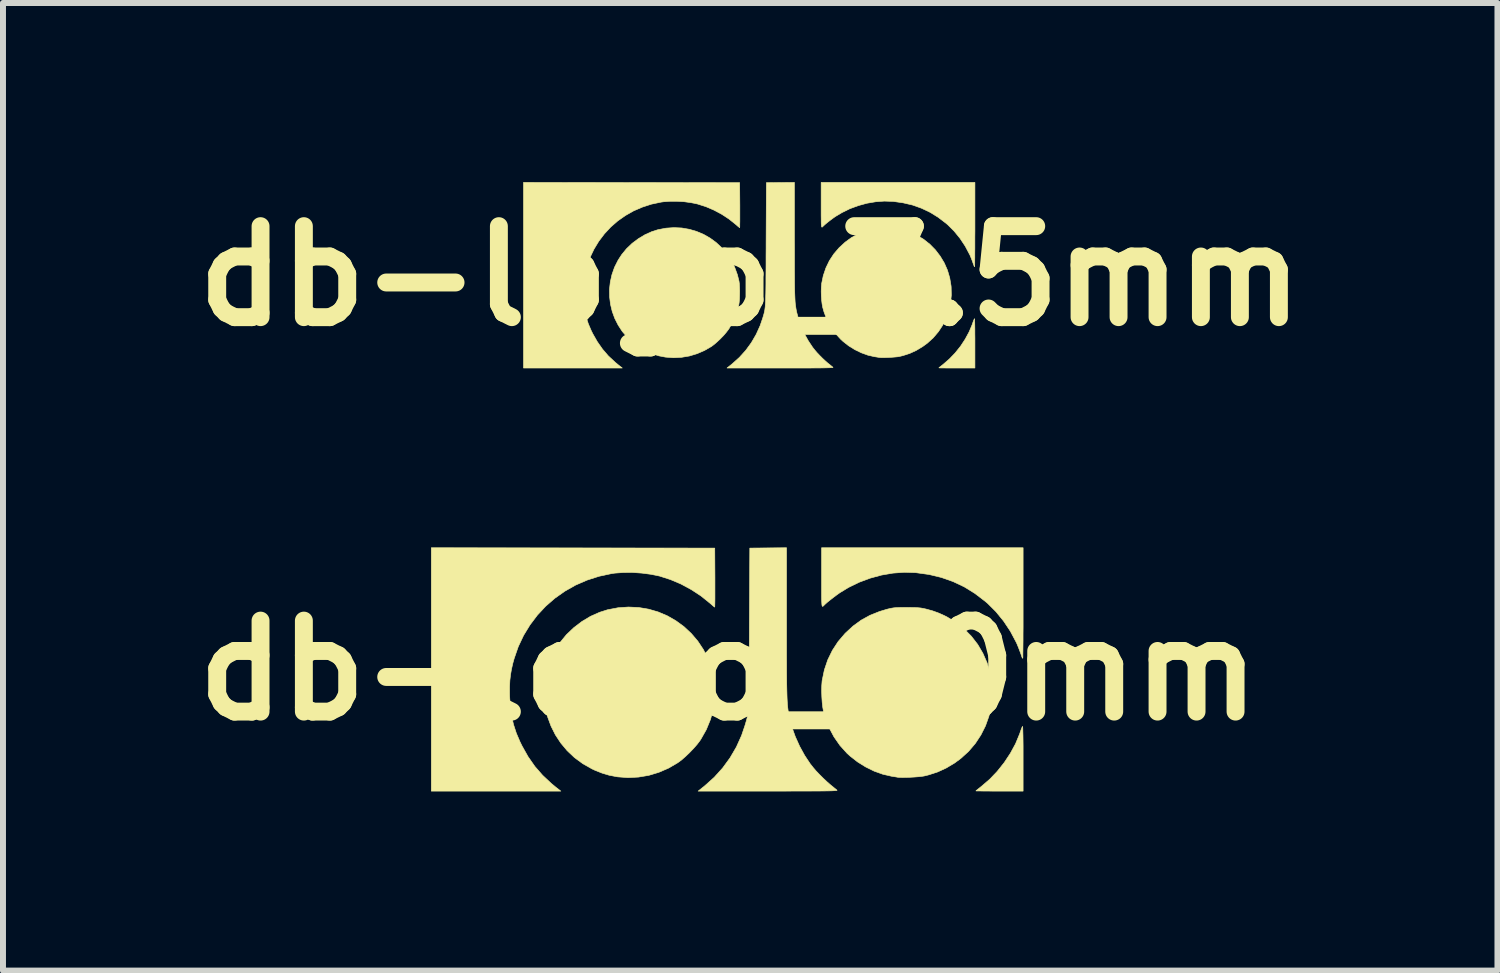
<source format=kicad_pcb>
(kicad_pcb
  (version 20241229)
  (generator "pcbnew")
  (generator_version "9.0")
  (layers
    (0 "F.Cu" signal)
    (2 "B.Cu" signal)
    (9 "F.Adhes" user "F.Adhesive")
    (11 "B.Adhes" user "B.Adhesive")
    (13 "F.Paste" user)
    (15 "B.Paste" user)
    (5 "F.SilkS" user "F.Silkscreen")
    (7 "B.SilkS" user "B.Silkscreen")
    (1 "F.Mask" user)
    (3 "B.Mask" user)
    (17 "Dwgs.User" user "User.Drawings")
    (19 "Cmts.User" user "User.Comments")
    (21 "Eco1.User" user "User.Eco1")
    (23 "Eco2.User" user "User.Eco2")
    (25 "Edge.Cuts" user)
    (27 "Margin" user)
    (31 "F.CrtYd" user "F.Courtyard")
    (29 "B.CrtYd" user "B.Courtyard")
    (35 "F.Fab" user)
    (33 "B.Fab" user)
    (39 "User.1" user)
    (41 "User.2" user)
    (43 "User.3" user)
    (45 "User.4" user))
  (footprint "db-logo_7.5mm"
    (layer "F.Cu")
    (at 9.514 1.572)
    (property "Reference" "db-logo_7.5mm" (at 0 0 0) (layer "F.SilkS") (effects (font (size 1.524 1.524) (thickness 0.3))))
    (attr through_hole)
    (fp_poly (pts (xy 3.757 0.723) (xy 3.759 0.747) (xy 3.76 0.785) (xy 3.761 0.835) (xy 3.762 0.895) (xy 3.762 0.965) (xy 3.763 1.041) (xy 3.763 1.124) (xy 3.763 1.541) (xy 3.461 1.541) (xy 3.391 1.541) (xy 3.327 1.541) (xy 3.27 1.541) (xy 3.223 1.54) (xy 3.188 1.54) (xy 3.166 1.539) (xy 3.16 1.538) (xy 3.166 1.532) (xy 3.183 1.518) (xy 3.209 1.498) (xy 3.23 1.481) (xy 3.334 1.391) (xy 3.432 1.289) (xy 3.522 1.177) (xy 3.6 1.058) (xy 3.666 0.936) (xy 3.718 0.812) (xy 3.725 0.79) (xy 3.737 0.757) (xy 3.747 0.732) (xy 3.754 0.717) (xy 3.756 0.715) (xy 3.757 0.723)) (stroke (width 0.01) (type solid)) (fill yes) (layer "F.SilkS"))
    (fp_poly (pts (xy -1.987 -1.565) (xy -0.177 -1.563) (xy -0.174 -1.186) (xy -0.174 -1.107) (xy -0.174 -1.034) (xy -0.174 -0.968) (xy -0.174 -0.912) (xy -0.175 -0.866) (xy -0.175 -0.832) (xy -0.176 -0.813) (xy -0.177 -0.809) (xy -0.185 -0.815) (xy -0.203 -0.829) (xy -0.227 -0.85) (xy -0.242 -0.863) (xy -0.353 -0.952) (xy -0.476 -1.033) (xy -0.607 -1.103) (xy -0.742 -1.161) (xy -0.878 -1.204) (xy -0.883 -1.206) (xy -0.991 -1.228) (xy -1.107 -1.244) (xy -1.226 -1.251) (xy -1.343 -1.251) (xy -1.452 -1.243) (xy -1.494 -1.237) (xy -1.655 -1.203) (xy -1.808 -1.153) (xy -1.954 -1.09) (xy -2.091 -1.012) (xy -2.219 -0.922) (xy -2.336 -0.82) (xy -2.442 -0.706) (xy -2.536 -0.582) (xy -2.617 -0.448) (xy -2.685 -0.305) (xy -2.738 -0.153) (xy -2.755 -0.094) (xy -2.772 -0.017) (xy -2.785 0.055) (xy -2.793 0.126) (xy -2.797 0.202) (xy -2.797 0.288) (xy -2.796 0.329) (xy -2.788 0.46) (xy -2.772 0.579) (xy -2.747 0.692) (xy -2.711 0.802) (xy -2.663 0.914) (xy -2.637 0.967) (xy -2.56 1.102) (xy -2.474 1.225) (xy -2.376 1.339) (xy -2.263 1.444) (xy -2.21 1.488) (xy -2.143 1.541) (xy -3.797 1.541) (xy -3.797 -1.567) (xy -1.987 -1.565)) (stroke (width 0.01) (type solid)) (fill yes) (layer "F.SilkS"))
    (fp_poly (pts (xy 3.763 -0.861) (xy 3.763 -0.752) (xy 3.762 -0.649) (xy 3.762 -0.552) (xy 3.762 -0.462) (xy 3.761 -0.382) (xy 3.761 -0.311) (xy 3.76 -0.252) (xy 3.76 -0.206) (xy 3.759 -0.174) (xy 3.758 -0.157) (xy 3.758 -0.155) (xy 3.751 -0.162) (xy 3.75 -0.166) (xy 3.729 -0.223) (xy 3.713 -0.268) (xy 3.699 -0.303) (xy 3.687 -0.333) (xy 3.675 -0.36) (xy 3.674 -0.361) (xy 3.6 -0.5) (xy 3.513 -0.631) (xy 3.415 -0.751) (xy 3.308 -0.858) (xy 3.276 -0.885) (xy 3.146 -0.984) (xy 3.011 -1.067) (xy 2.868 -1.135) (xy 2.719 -1.188) (xy 2.561 -1.225) (xy 2.395 -1.249) (xy 2.388 -1.249) (xy 2.246 -1.254) (xy 2.1 -1.243) (xy 1.953 -1.218) (xy 1.808 -1.178) (xy 1.667 -1.126) (xy 1.533 -1.06) (xy 1.423 -0.994) (xy 1.384 -0.966) (xy 1.341 -0.934) (xy 1.299 -0.901) (xy 1.262 -0.871) (xy 1.233 -0.845) (xy 1.223 -0.835) (xy 1.214 -0.827) (xy 1.208 -0.82) (xy 1.202 -0.818) (xy 1.198 -0.82) (xy 1.195 -0.828) (xy 1.192 -0.844) (xy 1.19 -0.87) (xy 1.189 -0.905) (xy 1.189 -0.952) (xy 1.188 -1.012) (xy 1.188 -1.086) (xy 1.188 -1.177) (xy 1.188 -1.187) (xy 1.188 -1.567) (xy 3.763 -1.567) (xy 3.763 -0.861)) (stroke (width 0.01) (type solid)) (fill yes) (layer "F.SilkS"))
    (fp_poly (pts (xy -1.147 -0.804) (xy -1.02 -0.782) (xy -0.898 -0.746) (xy -0.781 -0.697) (xy -0.671 -0.634) (xy -0.569 -0.559) (xy -0.476 -0.472) (xy -0.393 -0.374) (xy -0.321 -0.266) (xy -0.261 -0.148) (xy -0.215 -0.022) (xy -0.188 0.086) (xy -0.182 0.131) (xy -0.179 0.187) (xy -0.177 0.251) (xy -0.178 0.318) (xy -0.18 0.383) (xy -0.185 0.441) (xy -0.192 0.488) (xy -0.193 0.491) (xy -0.231 0.627) (xy -0.284 0.756) (xy -0.353 0.878) (xy -0.364 0.895) (xy -0.4 0.942) (xy -0.445 0.995) (xy -0.497 1.049) (xy -0.551 1.1) (xy -0.603 1.145) (xy -0.649 1.18) (xy -0.767 1.248) (xy -0.89 1.301) (xy -1.019 1.34) (xy -1.151 1.362) (xy -1.284 1.369) (xy -1.416 1.359) (xy -1.434 1.356) (xy -1.528 1.338) (xy -1.616 1.311) (xy -1.706 1.275) (xy -1.744 1.257) (xy -1.861 1.191) (xy -1.967 1.113) (xy -2.061 1.025) (xy -2.143 0.928) (xy -2.212 0.822) (xy -2.268 0.711) (xy -2.311 0.594) (xy -2.34 0.473) (xy -2.355 0.349) (xy -2.357 0.224) (xy -2.343 0.099) (xy -2.315 -0.025) (xy -2.272 -0.147) (xy -2.213 -0.264) (xy -2.153 -0.357) (xy -2.072 -0.456) (xy -1.978 -0.546) (xy -1.874 -0.624) (xy -1.763 -0.691) (xy -1.647 -0.743) (xy -1.546 -0.775) (xy -1.411 -0.801) (xy -1.278 -0.81) (xy -1.147 -0.804)) (stroke (width 0.01) (type solid)) (fill yes) (layer "F.SilkS"))
    (fp_poly (pts (xy 2.338 -0.804) (xy 2.386 -0.803) (xy 2.424 -0.801) (xy 2.455 -0.798) (xy 2.485 -0.793) (xy 2.516 -0.786) (xy 2.523 -0.784) (xy 2.606 -0.761) (xy 2.68 -0.735) (xy 2.754 -0.702) (xy 2.791 -0.683) (xy 2.906 -0.613) (xy 3.01 -0.53) (xy 3.102 -0.436) (xy 3.182 -0.331) (xy 3.25 -0.218) (xy 3.303 -0.097) (xy 3.341 0.031) (xy 3.363 0.163) (xy 3.365 0.185) (xy 3.368 0.321) (xy 3.355 0.454) (xy 3.326 0.583) (xy 3.282 0.707) (xy 3.223 0.825) (xy 3.151 0.934) (xy 3.065 1.035) (xy 2.966 1.125) (xy 2.888 1.182) (xy 2.78 1.247) (xy 2.671 1.297) (xy 2.556 1.334) (xy 2.497 1.348) (xy 2.467 1.353) (xy 2.424 1.357) (xy 2.375 1.361) (xy 2.322 1.364) (xy 2.27 1.366) (xy 2.222 1.367) (xy 2.184 1.366) (xy 2.161 1.364) (xy 2.142 1.361) (xy 2.112 1.356) (xy 2.079 1.351) (xy 1.97 1.326) (xy 1.86 1.286) (xy 1.751 1.233) (xy 1.648 1.169) (xy 1.554 1.095) (xy 1.515 1.059) (xy 1.423 0.958) (xy 1.346 0.848) (xy 1.283 0.729) (xy 1.235 0.6) (xy 1.214 0.525) (xy 1.204 0.471) (xy 1.196 0.405) (xy 1.191 0.333) (xy 1.189 0.26) (xy 1.191 0.192) (xy 1.196 0.134) (xy 1.196 0.128) (xy 1.224 -0.007) (xy 1.268 -0.136) (xy 1.326 -0.256) (xy 1.4 -0.369) (xy 1.488 -0.472) (xy 1.492 -0.476) (xy 1.59 -0.566) (xy 1.694 -0.642) (xy 1.806 -0.704) (xy 1.928 -0.753) (xy 2.021 -0.781) (xy 2.056 -0.789) (xy 2.085 -0.795) (xy 2.113 -0.8) (xy 2.144 -0.802) (xy 2.182 -0.804) (xy 2.23 -0.804) (xy 2.277 -0.804) (xy 2.338 -0.804)) (stroke (width 0.01) (type solid)) (fill yes) (layer "F.SilkS"))
    (fp_poly (pts (xy 0.74 -0.617) (xy 0.741 -0.46) (xy 0.741 -0.319) (xy 0.741 -0.194) (xy 0.741 -0.082) (xy 0.742 0.016) (xy 0.742 0.103) (xy 0.743 0.179) (xy 0.744 0.245) (xy 0.746 0.303) (xy 0.748 0.352) (xy 0.75 0.396) (xy 0.752 0.433) (xy 0.755 0.467) (xy 0.759 0.496) (xy 0.763 0.524) (xy 0.767 0.55) (xy 0.772 0.577) (xy 0.776 0.598) (xy 0.808 0.721) (xy 0.853 0.846) (xy 0.908 0.969) (xy 0.973 1.086) (xy 1.044 1.193) (xy 1.081 1.24) (xy 1.116 1.281) (xy 1.16 1.328) (xy 1.208 1.376) (xy 1.256 1.421) (xy 1.299 1.459) (xy 1.313 1.47) (xy 1.342 1.493) (xy 1.366 1.513) (xy 1.383 1.527) (xy 1.386 1.53) (xy 1.386 1.532) (xy 1.379 1.533) (xy 1.367 1.535) (xy 1.347 1.536) (xy 1.318 1.537) (xy 1.281 1.538) (xy 1.233 1.539) (xy 1.174 1.54) (xy 1.104 1.54) (xy 1.021 1.541) (xy 0.924 1.541) (xy 0.813 1.541) (xy 0.687 1.541) (xy 0.545 1.541) (xy 0.505 1.541) (xy -0.388 1.541) (xy -0.302 1.472) (xy -0.183 1.365) (xy -0.075 1.246) (xy 0.019 1.117) (xy 0.1 0.978) (xy 0.166 0.832) (xy 0.207 0.712) (xy 0.215 0.686) (xy 0.222 0.662) (xy 0.229 0.639) (xy 0.234 0.618) (xy 0.239 0.596) (xy 0.244 0.573) (xy 0.247 0.547) (xy 0.251 0.518) (xy 0.253 0.484) (xy 0.256 0.445) (xy 0.258 0.4) (xy 0.259 0.347) (xy 0.261 0.285) (xy 0.262 0.214) (xy 0.263 0.132) (xy 0.263 0.038) (xy 0.264 -0.068) (xy 0.265 -0.189) (xy 0.265 -0.323) (xy 0.266 -0.474) (xy 0.266 -0.538) (xy 0.271 -1.563) (xy 0.74 -1.567) (xy 0.74 -0.617)) (stroke (width 0.01) (type solid)) (fill yes) (layer "F.SilkS")))
  (footprint "db-logo_10mm"
    (layer "F.Cu")
    (at 9.151 8.178)
    (property "Reference" "db-logo_10mm" (at 0 0 0) (layer "F.SilkS") (effects (font (size 1.524 1.524) (thickness 0.3))))
    (attr through_hole)
    (fp_poly (pts (xy 4.926 0.948) (xy 4.928 0.979) (xy 4.929 1.029) (xy 4.931 1.094) (xy 4.932 1.174) (xy 4.933 1.265) (xy 4.933 1.365) (xy 4.933 1.473) (xy 4.933 1.479) (xy 4.933 2.021) (xy 4.538 2.021) (xy 4.446 2.021) (xy 4.362 2.02) (xy 4.288 2.02) (xy 4.226 2.019) (xy 4.18 2.018) (xy 4.151 2.018) (xy 4.143 2.017) (xy 4.151 2.009) (xy 4.174 1.99) (xy 4.207 1.964) (xy 4.234 1.942) (xy 4.372 1.824) (xy 4.5 1.69) (xy 4.617 1.543) (xy 4.72 1.387) (xy 4.807 1.227) (xy 4.874 1.065) (xy 4.884 1.036) (xy 4.899 0.993) (xy 4.912 0.959) (xy 4.922 0.94) (xy 4.925 0.937) (xy 4.926 0.948)) (stroke (width 0.01) (type solid)) (fill yes) (layer "F.SilkS"))
    (fp_poly (pts (xy -2.605 -2.052) (xy -0.231 -2.049) (xy -0.228 -1.555) (xy -0.228 -1.452) (xy -0.228 -1.356) (xy -0.228 -1.27) (xy -0.228 -1.195) (xy -0.229 -1.135) (xy -0.23 -1.091) (xy -0.231 -1.066) (xy -0.232 -1.061) (xy -0.243 -1.068) (xy -0.266 -1.087) (xy -0.298 -1.115) (xy -0.317 -1.131) (xy -0.462 -1.248) (xy -0.624 -1.354) (xy -0.796 -1.447) (xy -0.973 -1.522) (xy -1.151 -1.579) (xy -1.157 -1.581) (xy -1.299 -1.61) (xy -1.451 -1.63) (xy -1.608 -1.641) (xy -1.761 -1.64) (xy -1.904 -1.63) (xy -1.959 -1.622) (xy -2.169 -1.577) (xy -2.371 -1.512) (xy -2.562 -1.429) (xy -2.742 -1.327) (xy -2.909 -1.209) (xy -3.063 -1.075) (xy -3.202 -0.926) (xy -3.325 -0.763) (xy -3.432 -0.588) (xy -3.521 -0.4) (xy -3.59 -0.201) (xy -3.612 -0.123) (xy -3.635 -0.022) (xy -3.651 0.071) (xy -3.662 0.165) (xy -3.667 0.265) (xy -3.667 0.378) (xy -3.666 0.432) (xy -3.656 0.603) (xy -3.635 0.759) (xy -3.601 0.907) (xy -3.554 1.051) (xy -3.491 1.198) (xy -3.457 1.267) (xy -3.357 1.445) (xy -3.244 1.607) (xy -3.115 1.755) (xy -2.968 1.893) (xy -2.898 1.951) (xy -2.809 2.021) (xy -4.978 2.021) (xy -4.978 -2.055) (xy -2.605 -2.052)) (stroke (width 0.01) (type solid)) (fill yes) (layer "F.SilkS"))
    (fp_poly (pts (xy 4.933 -1.129) (xy 4.933 -0.987) (xy 4.933 -0.851) (xy 4.933 -0.723) (xy 4.932 -0.606) (xy 4.932 -0.501) (xy 4.931 -0.408) (xy 4.93 -0.331) (xy 4.929 -0.271) (xy 4.929 -0.228) (xy 4.928 -0.206) (xy 4.927 -0.203) (xy 4.919 -0.212) (xy 4.916 -0.217) (xy 4.89 -0.293) (xy 4.868 -0.351) (xy 4.85 -0.397) (xy 4.834 -0.436) (xy 4.818 -0.472) (xy 4.817 -0.473) (xy 4.72 -0.656) (xy 4.606 -0.827) (xy 4.478 -0.984) (xy 4.337 -1.125) (xy 4.295 -1.16) (xy 4.125 -1.29) (xy 3.947 -1.4) (xy 3.761 -1.488) (xy 3.565 -1.557) (xy 3.358 -1.607) (xy 3.14 -1.637) (xy 3.131 -1.638) (xy 2.945 -1.644) (xy 2.753 -1.63) (xy 2.561 -1.597) (xy 2.37 -1.545) (xy 2.185 -1.476) (xy 2.009 -1.39) (xy 1.866 -1.303) (xy 1.815 -1.267) (xy 1.759 -1.225) (xy 1.704 -1.182) (xy 1.654 -1.142) (xy 1.616 -1.108) (xy 1.603 -1.095) (xy 1.592 -1.084) (xy 1.583 -1.076) (xy 1.576 -1.072) (xy 1.571 -1.075) (xy 1.566 -1.086) (xy 1.563 -1.107) (xy 1.561 -1.14) (xy 1.559 -1.186) (xy 1.558 -1.248) (xy 1.558 -1.327) (xy 1.558 -1.424) (xy 1.558 -1.543) (xy 1.558 -2.055) (xy 4.933 -2.055) (xy 4.933 -1.129)) (stroke (width 0.01) (type solid)) (fill yes) (layer "F.SilkS"))
    (fp_poly (pts (xy -1.504 -1.054) (xy -1.338 -1.026) (xy -1.177 -0.979) (xy -1.024 -0.914) (xy -0.88 -0.831) (xy -0.746 -0.733) (xy -0.624 -0.619) (xy -0.515 -0.491) (xy -0.421 -0.349) (xy -0.343 -0.194) (xy -0.282 -0.028) (xy -0.247 0.113) (xy -0.239 0.171) (xy -0.234 0.245) (xy -0.232 0.33) (xy -0.233 0.417) (xy -0.237 0.502) (xy -0.243 0.578) (xy -0.252 0.639) (xy -0.253 0.643) (xy -0.303 0.822) (xy -0.373 0.992) (xy -0.463 1.151) (xy -0.478 1.174) (xy -0.524 1.235) (xy -0.584 1.304) (xy -0.652 1.375) (xy -0.722 1.442) (xy -0.791 1.502) (xy -0.851 1.546) (xy -1.005 1.636) (xy -1.167 1.706) (xy -1.336 1.757) (xy -1.509 1.786) (xy -1.683 1.795) (xy -1.857 1.782) (xy -1.88 1.778) (xy -2.003 1.754) (xy -2.119 1.719) (xy -2.237 1.672) (xy -2.286 1.649) (xy -2.44 1.562) (xy -2.579 1.46) (xy -2.702 1.344) (xy -2.809 1.216) (xy -2.9 1.078) (xy -2.973 0.932) (xy -3.03 0.778) (xy -3.068 0.62) (xy -3.088 0.458) (xy -3.09 0.294) (xy -3.072 0.13) (xy -3.035 -0.033) (xy -2.978 -0.192) (xy -2.901 -0.347) (xy -2.822 -0.468) (xy -2.716 -0.598) (xy -2.593 -0.715) (xy -2.457 -0.819) (xy -2.312 -0.906) (xy -2.159 -0.974) (xy -2.027 -1.016) (xy -1.85 -1.05) (xy -1.676 -1.062) (xy -1.504 -1.054)) (stroke (width 0.01) (type solid)) (fill yes) (layer "F.SilkS"))
    (fp_poly (pts (xy 3.066 -1.054) (xy 3.128 -1.053) (xy 3.178 -1.05) (xy 3.219 -1.046) (xy 3.258 -1.039) (xy 3.299 -1.03) (xy 3.308 -1.028) (xy 3.417 -0.998) (xy 3.514 -0.963) (xy 3.611 -0.92) (xy 3.66 -0.895) (xy 3.81 -0.804) (xy 3.946 -0.695) (xy 4.067 -0.572) (xy 4.173 -0.435) (xy 4.26 -0.286) (xy 4.33 -0.127) (xy 4.38 0.04) (xy 4.409 0.214) (xy 4.412 0.243) (xy 4.416 0.421) (xy 4.399 0.595) (xy 4.361 0.765) (xy 4.303 0.928) (xy 4.226 1.081) (xy 4.131 1.225) (xy 4.018 1.357) (xy 3.889 1.474) (xy 3.786 1.55) (xy 3.645 1.634) (xy 3.502 1.7) (xy 3.351 1.749) (xy 3.274 1.768) (xy 3.234 1.774) (xy 3.179 1.78) (xy 3.114 1.785) (xy 3.044 1.789) (xy 2.976 1.791) (xy 2.914 1.792) (xy 2.864 1.791) (xy 2.834 1.789) (xy 2.808 1.784) (xy 2.769 1.778) (xy 2.726 1.771) (xy 2.583 1.738) (xy 2.438 1.686) (xy 2.296 1.616) (xy 2.161 1.532) (xy 2.037 1.435) (xy 1.986 1.389) (xy 1.866 1.256) (xy 1.765 1.111) (xy 1.682 0.955) (xy 1.619 0.786) (xy 1.591 0.689) (xy 1.578 0.618) (xy 1.568 0.531) (xy 1.562 0.437) (xy 1.559 0.341) (xy 1.561 0.252) (xy 1.567 0.175) (xy 1.568 0.168) (xy 1.605 -0.01) (xy 1.662 -0.178) (xy 1.739 -0.336) (xy 1.835 -0.483) (xy 1.951 -0.619) (xy 1.956 -0.624) (xy 2.085 -0.743) (xy 2.221 -0.842) (xy 2.368 -0.923) (xy 2.528 -0.987) (xy 2.65 -1.024) (xy 2.695 -1.035) (xy 2.733 -1.043) (xy 2.771 -1.049) (xy 2.811 -1.052) (xy 2.861 -1.054) (xy 2.924 -1.055) (xy 2.986 -1.055) (xy 3.066 -1.054)) (stroke (width 0.01) (type solid)) (fill yes) (layer "F.SilkS"))
    (fp_poly (pts (xy 0.971 -0.809) (xy 0.971 -0.603) (xy 0.971 -0.419) (xy 0.971 -0.254) (xy 0.972 -0.108) (xy 0.972 0.022) (xy 0.973 0.135) (xy 0.974 0.235) (xy 0.976 0.321) (xy 0.978 0.397) (xy 0.98 0.462) (xy 0.983 0.519) (xy 0.986 0.568) (xy 0.99 0.612) (xy 0.995 0.651) (xy 1 0.687) (xy 1.006 0.722) (xy 1.012 0.756) (xy 1.018 0.784) (xy 1.059 0.945) (xy 1.118 1.109) (xy 1.191 1.271) (xy 1.275 1.424) (xy 1.368 1.564) (xy 1.417 1.626) (xy 1.463 1.68) (xy 1.521 1.741) (xy 1.584 1.804) (xy 1.647 1.863) (xy 1.704 1.913) (xy 1.722 1.928) (xy 1.759 1.958) (xy 1.791 1.984) (xy 1.813 2.002) (xy 1.817 2.006) (xy 1.817 2.008) (xy 1.809 2.011) (xy 1.792 2.012) (xy 1.766 2.014) (xy 1.728 2.016) (xy 1.679 2.017) (xy 1.616 2.018) (xy 1.54 2.019) (xy 1.447 2.019) (xy 1.338 2.02) (xy 1.212 2.02) (xy 1.066 2.02) (xy 0.901 2.021) (xy 0.714 2.021) (xy 0.662 2.021) (xy -0.509 2.021) (xy -0.396 1.93) (xy -0.24 1.79) (xy -0.099 1.634) (xy 0.025 1.464) (xy 0.131 1.283) (xy 0.218 1.09) (xy 0.271 0.934) (xy 0.282 0.899) (xy 0.291 0.867) (xy 0.3 0.838) (xy 0.307 0.81) (xy 0.314 0.781) (xy 0.319 0.751) (xy 0.324 0.717) (xy 0.329 0.679) (xy 0.332 0.635) (xy 0.335 0.584) (xy 0.338 0.524) (xy 0.34 0.454) (xy 0.342 0.373) (xy 0.343 0.28) (xy 0.344 0.172) (xy 0.345 0.05) (xy 0.346 -0.09) (xy 0.347 -0.247) (xy 0.348 -0.424) (xy 0.349 -0.621) (xy 0.349 -0.706) (xy 0.356 -2.049) (xy 0.971 -2.055) (xy 0.971 -0.809)) (stroke (width 0.01) (type solid)) (fill yes) (layer "F.SilkS")))
  (gr_rect
    (start -3 -3)
    (end 22.028 13.204)
    (stroke (width 0.1) (type default))
    (fill no)
    (layer "Edge.Cuts")))
</source>
